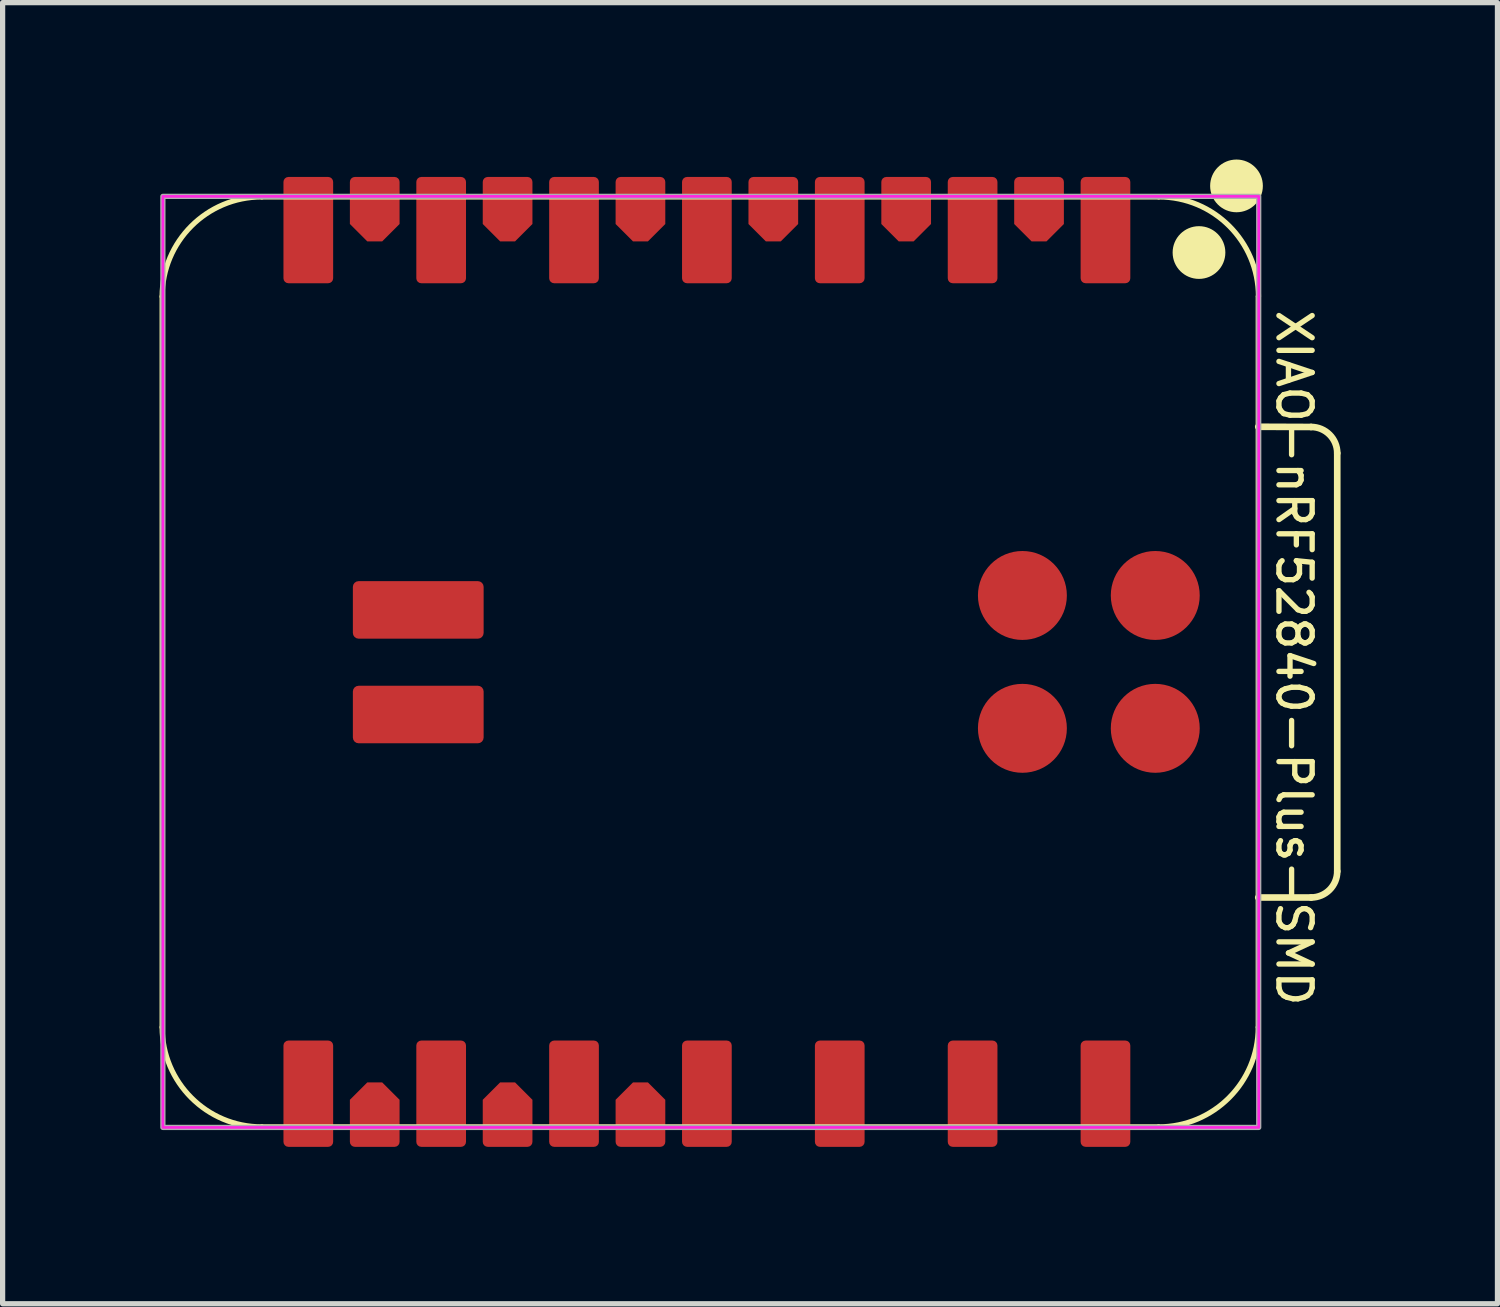
<source format=kicad_pcb>
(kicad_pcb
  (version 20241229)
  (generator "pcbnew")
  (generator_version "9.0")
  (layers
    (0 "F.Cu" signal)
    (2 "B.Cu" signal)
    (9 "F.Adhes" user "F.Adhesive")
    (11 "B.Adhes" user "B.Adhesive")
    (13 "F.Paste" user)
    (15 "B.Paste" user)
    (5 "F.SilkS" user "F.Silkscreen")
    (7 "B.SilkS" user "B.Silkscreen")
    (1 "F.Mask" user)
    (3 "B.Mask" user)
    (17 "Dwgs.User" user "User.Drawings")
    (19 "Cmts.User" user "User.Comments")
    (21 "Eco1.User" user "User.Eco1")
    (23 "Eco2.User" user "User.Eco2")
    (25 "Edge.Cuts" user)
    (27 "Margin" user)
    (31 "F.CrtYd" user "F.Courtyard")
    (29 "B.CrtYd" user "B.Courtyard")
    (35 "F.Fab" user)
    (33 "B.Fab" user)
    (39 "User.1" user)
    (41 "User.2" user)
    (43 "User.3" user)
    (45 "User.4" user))
  (footprint "XIAO-nRF52840-Plus-SMD"
    (layer "F.Cu")
    (at 10.464 9.604)
    (property "Reference" "XIAO-nRF52840-Plus-SMD" (at 11.225 -0.075 270) (unlocked yes) (layer "F.SilkS") (effects (font (size 0.635 0.635) (thickness 0.102))))
    (attr smd)
    (fp_line (start -10.414 -6.985) (end -10.414 6.985) (stroke (width 0.1) (type solid)) (layer "F.SilkS"))
    (fp_line (start -8.509 -8.89) (end 8.636 -8.89) (stroke (width 0.1) (type solid)) (layer "F.SilkS"))
    (fp_line (start -8.509 8.89) (end 8.636 8.89) (stroke (width 0.1) (type solid)) (layer "F.SilkS"))
    (fp_line (start 10.541 -4.495) (end 11.551 -4.491) (stroke (width 0.127) (type solid)) (layer "F.SilkS"))
    (fp_line (start 10.541 6.985) (end 10.541 -6.985) (stroke (width 0.1) (type solid)) (layer "F.SilkS"))
    (fp_line (start 11.551 4.504) (end 10.541 4.504) (stroke (width 0.127) (type solid)) (layer "F.SilkS"))
    (fp_line (start 12.051 -3.991) (end 12.051 4.004) (stroke (width 0.127) (type solid)) (layer "F.SilkS"))
    (fp_arc (start -10.414 -6.985) (mid -9.856038 -8.332038) (end -8.509 -8.89) (stroke (width 0.1) (type solid)) (layer "F.SilkS"))
    (fp_arc (start -8.509 8.89) (mid -9.856038 8.332038) (end -10.414 6.985) (stroke (width 0.1) (type solid)) (layer "F.SilkS"))
    (fp_arc (start 8.64 -8.89) (mid 9.987038 -8.332038) (end 10.545 -6.985) (stroke (width 0.1) (type solid)) (layer "F.SilkS"))
    (fp_arc (start 10.541 6.985) (mid 9.983024 8.332024) (end 8.636 8.89) (stroke (width 0.1) (type solid)) (layer "F.SilkS"))
    (fp_arc (start 11.551272 -4.491272) (mid 11.904644 -4.344724) (end 12.051 -3.991272) (stroke (width 0.127) (type default)) (layer "F.SilkS"))
    (fp_arc (start 12.051 4.004) (mid 11.904524 4.357524) (end 11.551 4.504) (stroke (width 0.127) (type default)) (layer "F.SilkS"))
    (fp_circle (center 9.408 -7.826) (end 9.662 -7.826) (stroke (width 0.5) (type solid)) (fill yes) (layer "F.SilkS"))
    (fp_circle (center 10.125 -9.1) (end 10.379 -9.1) (stroke (width 0.5) (type solid)) (fill yes) (layer "F.SilkS"))
    (fp_rect (start -10.4 -8.9) (end 10.55 8.9) (stroke (width 0.05) (type default)) (fill no) (layer "F.CrtYd"))
    (fp_rect (start -10.4 -8.9) (end 10.55 8.9) (stroke (width 0.1) (type default)) (fill no) (layer "F.Fab"))
    (fp_line (start -10.414 -6.985) (end -10.414 6.985) (stroke (width 0.025) (type solid)) (layer "User.1"))
    (fp_line (start -8.509 -8.89) (end 8.636 -8.89) (stroke (width 0.025) (type solid)) (layer "User.1"))
    (fp_line (start -8.509 8.89) (end 8.636 8.89) (stroke (width 0.025) (type solid)) (layer "User.1"))
    (fp_line (start 10.541 6.985) (end 10.541 -6.985) (stroke (width 0.025) (type solid)) (layer "User.1"))
    (fp_rect (start 5.715 -3.81) (end 12.065 3.81) (stroke (width 0.076) (type default)) (fill no) (layer "User.1"))
    (fp_arc (start -10.414 -6.985) (mid -9.856038 -8.332038) (end -8.509 -8.89) (stroke (width 0.0254) (type solid)) (layer "User.1"))
    (fp_arc (start -8.509 8.89) (mid -9.856038 8.332038) (end -10.414 6.985) (stroke (width 0.0254) (type solid)) (layer "User.1"))
    (fp_arc (start 8.636 -8.89) (mid 9.983038 -8.332038) (end 10.541 -6.985) (stroke (width 0.0254) (type solid)) (layer "User.1"))
    (fp_arc (start 10.541 6.985) (mid 9.983038 8.332038) (end 8.636 8.89) (stroke (width 0.0254) (type solid)) (layer "User.1"))
    (fp_circle (center -7.62 -8.89) (end -7.493 -8.89) (stroke (width 0.025) (type default)) (fill no) (layer "User.1"))
    (fp_circle (center -7.62 -7.62) (end -7.493 -7.62) (stroke (width 0.025) (type default)) (fill no) (layer "User.1"))
    (fp_circle (center -7.62 7.62) (end -7.493 7.62) (stroke (width 0.025) (type default)) (fill no) (layer "User.1"))
    (fp_circle (center -7.62 8.89) (end -7.493 8.89) (stroke (width 0.025) (type default)) (fill no) (layer "User.1"))
    (fp_circle (center -5.08 -8.89) (end -4.953 -8.89) (stroke (width 0.025) (type default)) (fill no) (layer "User.1"))
    (fp_circle (center -5.08 -7.62) (end -4.953 -7.62) (stroke (width 0.025) (type default)) (fill no) (layer "User.1"))
    (fp_circle (center -5.08 7.62) (end -4.953 7.62) (stroke (width 0.025) (type default)) (fill no) (layer "User.1"))
    (fp_circle (center -5.08 8.89) (end -4.953 8.89) (stroke (width 0.025) (type default)) (fill no) (layer "User.1"))
    (fp_circle (center -2.54 -8.89) (end -2.413 -8.89) (stroke (width 0.025) (type default)) (fill no) (layer "User.1"))
    (fp_circle (center -2.54 -7.62) (end -2.413 -7.62) (stroke (width 0.025) (type default)) (fill no) (layer "User.1"))
    (fp_circle (center -2.54 7.62) (end -2.413 7.62) (stroke (width 0.025) (type default)) (fill no) (layer "User.1"))
    (fp_circle (center -2.54 8.89) (end -2.413 8.89) (stroke (width 0.025) (type default)) (fill no) (layer "User.1"))
    (fp_circle (center 0 -8.89) (end 0.127 -8.89) (stroke (width 0.025) (type default)) (fill no) (layer "User.1"))
    (fp_circle (center 0 -7.62) (end 0.127 -7.62) (stroke (width 0.025) (type default)) (fill no) (layer "User.1"))
    (fp_circle (center 0 7.62) (end 0.127 7.62) (stroke (width 0.025) (type default)) (fill no) (layer "User.1"))
    (fp_circle (center 0 8.89) (end 0.127 8.89) (stroke (width 0.025) (type default)) (fill no) (layer "User.1"))
    (fp_circle (center 2.54 -8.89) (end 2.667 -8.89) (stroke (width 0.025) (type default)) (fill no) (layer "User.1"))
    (fp_circle (center 2.54 -7.62) (end 2.667 -7.62) (stroke (width 0.025) (type default)) (fill no) (layer "User.1"))
    (fp_circle (center 2.54 7.62) (end 2.667 7.62) (stroke (width 0.025) (type default)) (fill no) (layer "User.1"))
    (fp_circle (center 2.54 8.89) (end 2.667 8.89) (stroke (width 0.025) (type default)) (fill no) (layer "User.1"))
    (fp_circle (center 5.08 -8.89) (end 5.207 -8.89) (stroke (width 0.025) (type default)) (fill no) (layer "User.1"))
    (fp_circle (center 5.08 -7.62) (end 5.207 -7.62) (stroke (width 0.025) (type default)) (fill no) (layer "User.1"))
    (fp_circle (center 5.08 7.62) (end 5.207 7.62) (stroke (width 0.025) (type default)) (fill no) (layer "User.1"))
    (fp_circle (center 5.08 8.89) (end 5.207 8.89) (stroke (width 0.025) (type default)) (fill no) (layer "User.1"))
    (fp_circle (center 7.62 -8.89) (end 7.747 -8.89) (stroke (width 0.025) (type default)) (fill no) (layer "User.1"))
    (fp_circle (center 7.62 -7.62) (end 7.747 -7.62) (stroke (width 0.025) (type default)) (fill no) (layer "User.1"))
    (fp_circle (center 7.62 7.62) (end 7.747 7.62) (stroke (width 0.025) (type default)) (fill no) (layer "User.1"))
    (fp_circle (center 7.62 8.89) (end 7.747 8.89) (stroke (width 0.025) (type default)) (fill no) (layer "User.1"))
    (pad "1" smd roundrect (at 7.62 -8.255 90) (size 2.032 0.95) (layers "F.Cu" "F.Mask" "F.Paste") (roundrect_rratio 0.1))
    (pad "2" smd roundrect (at 5.08 -8.255 90) (size 2.032 0.95) (layers "F.Cu" "F.Mask" "F.Paste") (roundrect_rratio 0.1))
    (pad "3" smd roundrect (at 2.54 -8.255 90) (size 2.032 0.95) (layers "F.Cu" "F.Mask" "F.Paste") (roundrect_rratio 0.1))
    (pad "4" smd roundrect (at 0 -8.255 90) (size 2.032 0.95) (layers "F.Cu" "F.Mask" "F.Paste") (roundrect_rratio 0.1))
    (pad "5" smd roundrect (at -2.54 -8.255 90) (size 2.032 0.95) (layers "F.Cu" "F.Mask" "F.Paste") (roundrect_rratio 0.1))
    (pad "6" smd roundrect (at -5.08 -8.255 90) (size 2.032 0.95) (layers "F.Cu" "F.Mask" "F.Paste") (roundrect_rratio 0.1))
    (pad "7" smd roundrect (at -7.62 -8.255 90) (size 2.032 0.95) (layers "F.Cu" "F.Mask" "F.Paste") (roundrect_rratio 0.1))
    (pad "8" smd roundrect (at -7.62 8.255 270) (size 2.032 0.95) (layers "F.Cu" "F.Mask" "F.Paste") (roundrect_rratio 0.1))
    (pad "9" smd roundrect (at -5.08 8.255 270) (size 2.032 0.95) (layers "F.Cu" "F.Mask" "F.Paste") (roundrect_rratio 0.1))
    (pad "10" smd roundrect (at -2.54 8.255 270) (size 2.032 0.95) (layers "F.Cu" "F.Mask" "F.Paste") (roundrect_rratio 0.1))
    (pad "11" smd roundrect (at 0 8.255 270) (size 2.032 0.95) (layers "F.Cu" "F.Mask" "F.Paste") (roundrect_rratio 0.1))
    (pad "12" smd roundrect (at 2.54 8.255 270) (size 2.032 0.95) (layers "F.Cu" "F.Mask" "F.Paste") (roundrect_rratio 0.1))
    (pad "13" smd roundrect (at 5.08 8.255 270) (size 2.032 0.95) (layers "F.Cu" "F.Mask" "F.Paste") (roundrect_rratio 0.1))
    (pad "14" smd roundrect (at 7.62 8.255 270) (size 2.032 0.95) (layers "F.Cu" "F.Mask" "F.Paste") (roundrect_rratio 0.1))
    (pad "15" smd roundrect (at 6.35 -8.655 90) (size 1.232 0.95) (layers "F.Cu" "F.Mask" "F.Paste") (roundrect_rratio 0.1) (chamfer_ratio 0.35) (chamfer top_left bottom_left))
    (pad "16" smd roundrect (at 3.81 -8.655 90) (size 1.232 0.95) (layers "F.Cu" "F.Mask" "F.Paste") (roundrect_rratio 0.1) (chamfer_ratio 0.35) (chamfer top_left bottom_left))
    (pad "17" smd roundrect (at 1.27 -8.655 90) (size 1.232 0.95) (layers "F.Cu" "F.Mask" "F.Paste") (roundrect_rratio 0.1) (chamfer_ratio 0.35) (chamfer top_left bottom_left))
    (pad "18" smd roundrect (at -1.27 -8.655 90) (size 1.232 0.95) (layers "F.Cu" "F.Mask" "F.Paste") (roundrect_rratio 0.1) (chamfer_ratio 0.35) (chamfer top_left bottom_left))
    (pad "19" smd roundrect (at -3.81 -8.655 90) (size 1.232 0.95) (layers "F.Cu" "F.Mask" "F.Paste") (roundrect_rratio 0.1) (chamfer_ratio 0.35) (chamfer top_left bottom_left))
    (pad "20" smd roundrect (at -6.35 -8.655 90) (size 1.232 0.95) (layers "F.Cu" "F.Mask" "F.Paste") (roundrect_rratio 0.1) (chamfer_ratio 0.35) (chamfer top_left bottom_left))
    (pad "21" smd roundrect (at -6.35 8.655 270) (size 1.232 0.95) (layers "F.Cu" "F.Mask" "F.Paste") (roundrect_rratio 0.1) (chamfer_ratio 0.35) (chamfer top_left bottom_left))
    (pad "22" smd roundrect (at -3.81 8.655 270) (size 1.232 0.95) (layers "F.Cu" "F.Mask" "F.Paste") (roundrect_rratio 0.1) (chamfer_ratio 0.35) (chamfer top_left bottom_left))
    (pad "23" smd roundrect (at -1.27 8.655 270) (size 1.232 0.95) (layers "F.Cu" "F.Mask" "F.Paste") (roundrect_rratio 0.1) (chamfer_ratio 0.35) (chamfer top_left bottom_left))
    (pad "24" smd circle (at 8.572 -1.27 270) (size 1.7 1.7) (layers "F.Cu" "F.Mask" "F.Paste"))
    (pad "25" smd circle (at 8.572 1.27 270) (size 1.7 1.7) (layers "F.Cu" "F.Mask" "F.Paste"))
    (pad "26" smd circle (at 6.032 -1.27 270) (size 1.7 1.7) (layers "F.Cu" "F.Mask" "F.Paste"))
    (pad "27" smd circle (at 6.032 1.27 270) (size 1.7 1.7) (layers "F.Cu" "F.Mask" "F.Paste"))
    (pad "28" smd roundrect (at -5.518 -0.994 180) (size 2.5 1.1) (layers "F.Cu" "F.Mask" "F.Paste") (roundrect_rratio 0.1))
    (pad "29" smd roundrect (at -5.518 1.006 180) (size 2.5 1.1) (layers "F.Cu" "F.Mask" "F.Paste") (roundrect_rratio 0.1)))
  (gr_rect
    (start -3 -3)
    (end 25.578 21.875)
    (stroke (width 0.1) (type default))
    (fill no)
    (layer "Edge.Cuts")))
</source>
